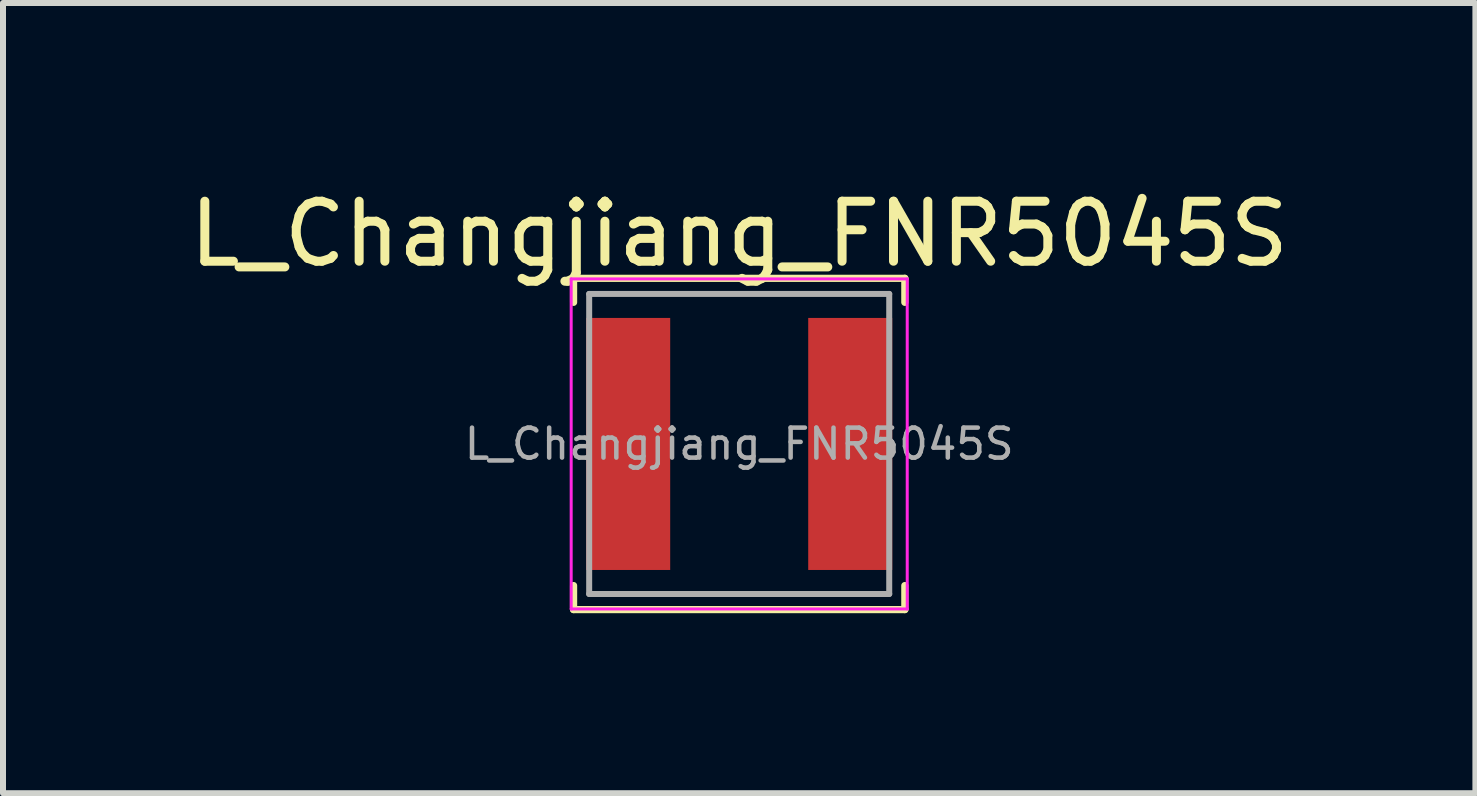
<source format=kicad_pcb>
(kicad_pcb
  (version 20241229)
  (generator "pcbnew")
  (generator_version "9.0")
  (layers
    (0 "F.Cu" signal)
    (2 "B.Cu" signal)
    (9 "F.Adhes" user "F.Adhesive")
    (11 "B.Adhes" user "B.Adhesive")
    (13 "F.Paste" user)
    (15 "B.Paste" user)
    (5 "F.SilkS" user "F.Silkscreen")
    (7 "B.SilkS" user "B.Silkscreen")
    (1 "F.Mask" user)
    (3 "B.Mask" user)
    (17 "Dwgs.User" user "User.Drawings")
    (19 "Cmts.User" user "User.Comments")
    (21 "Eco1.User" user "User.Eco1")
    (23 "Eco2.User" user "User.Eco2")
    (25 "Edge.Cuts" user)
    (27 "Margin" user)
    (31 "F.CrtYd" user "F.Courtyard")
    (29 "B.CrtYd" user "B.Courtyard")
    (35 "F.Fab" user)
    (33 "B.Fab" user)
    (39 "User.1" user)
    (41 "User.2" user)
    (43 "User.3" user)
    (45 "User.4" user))
  (footprint "L_Changjiang_FNR5045S"
    (layer "F.Cu")
    (at 9.268 4.348)
    (property "Reference" "L_Changjiang_FNR5045S" (at 0 -3.5 0) (layer "F.SilkS") (effects (font (size 1 1) (thickness 0.15))))
    (attr smd)
    (fp_line (start -2.76 -2.76) (end -2.76 -2.36) (stroke (width 0.12) (type solid)) (layer "F.SilkS"))
    (fp_line (start -2.76 -2.76) (end 2.76 -2.76) (stroke (width 0.12) (type solid)) (layer "F.SilkS"))
    (fp_line (start -2.76 2.76) (end -2.76 2.36) (stroke (width 0.12) (type solid)) (layer "F.SilkS"))
    (fp_line (start -2.76 2.76) (end 2.76 2.76) (stroke (width 0.12) (type solid)) (layer "F.SilkS"))
    (fp_line (start 2.76 -2.76) (end 2.76 -2.36) (stroke (width 0.12) (type solid)) (layer "F.SilkS"))
    (fp_line (start 2.76 2.76) (end 2.76 2.36) (stroke (width 0.12) (type solid)) (layer "F.SilkS"))
    (fp_line (start -2.8 -2.75) (end -2.8 2.75) (stroke (width 0.05) (type solid)) (layer "F.CrtYd"))
    (fp_line (start -2.8 2.75) (end 2.8 2.75) (stroke (width 0.05) (type solid)) (layer "F.CrtYd"))
    (fp_line (start 2.8 -2.75) (end -2.8 -2.75) (stroke (width 0.05) (type solid)) (layer "F.CrtYd"))
    (fp_line (start 2.8 2.75) (end 2.8 -2.75) (stroke (width 0.05) (type solid)) (layer "F.CrtYd"))
    (fp_line (start -2.5 -2.5) (end -2.5 2.5) (stroke (width 0.1) (type solid)) (layer "F.Fab"))
    (fp_line (start -2.5 2.5) (end 2.5 2.5) (stroke (width 0.1) (type solid)) (layer "F.Fab"))
    (fp_line (start 2.5 -2.5) (end -2.5 -2.5) (stroke (width 0.1) (type solid)) (layer "F.Fab"))
    (fp_line (start 2.5 2.5) (end 2.5 -2.5) (stroke (width 0.1) (type solid)) (layer "F.Fab"))
    (fp_text user "${REFERENCE}" (at 0 0 0) (layer "F.Fab") (effects (font (size 0.5 0.5) (thickness 0.075))))
    (pad "1" smd rect (at -1.85 0) (size 1.4 4.2) (layers "F.Cu" "F.Mask" "F.Paste"))
    (pad "2" smd rect (at 1.85 0) (size 1.4 4.2) (layers "F.Cu" "F.Mask" "F.Paste")))
  (gr_rect
    (start -3 -3)
    (end 21.536 10.168)
    (stroke (width 0.1) (type default))
    (fill no)
    (layer "Edge.Cuts")))
</source>
